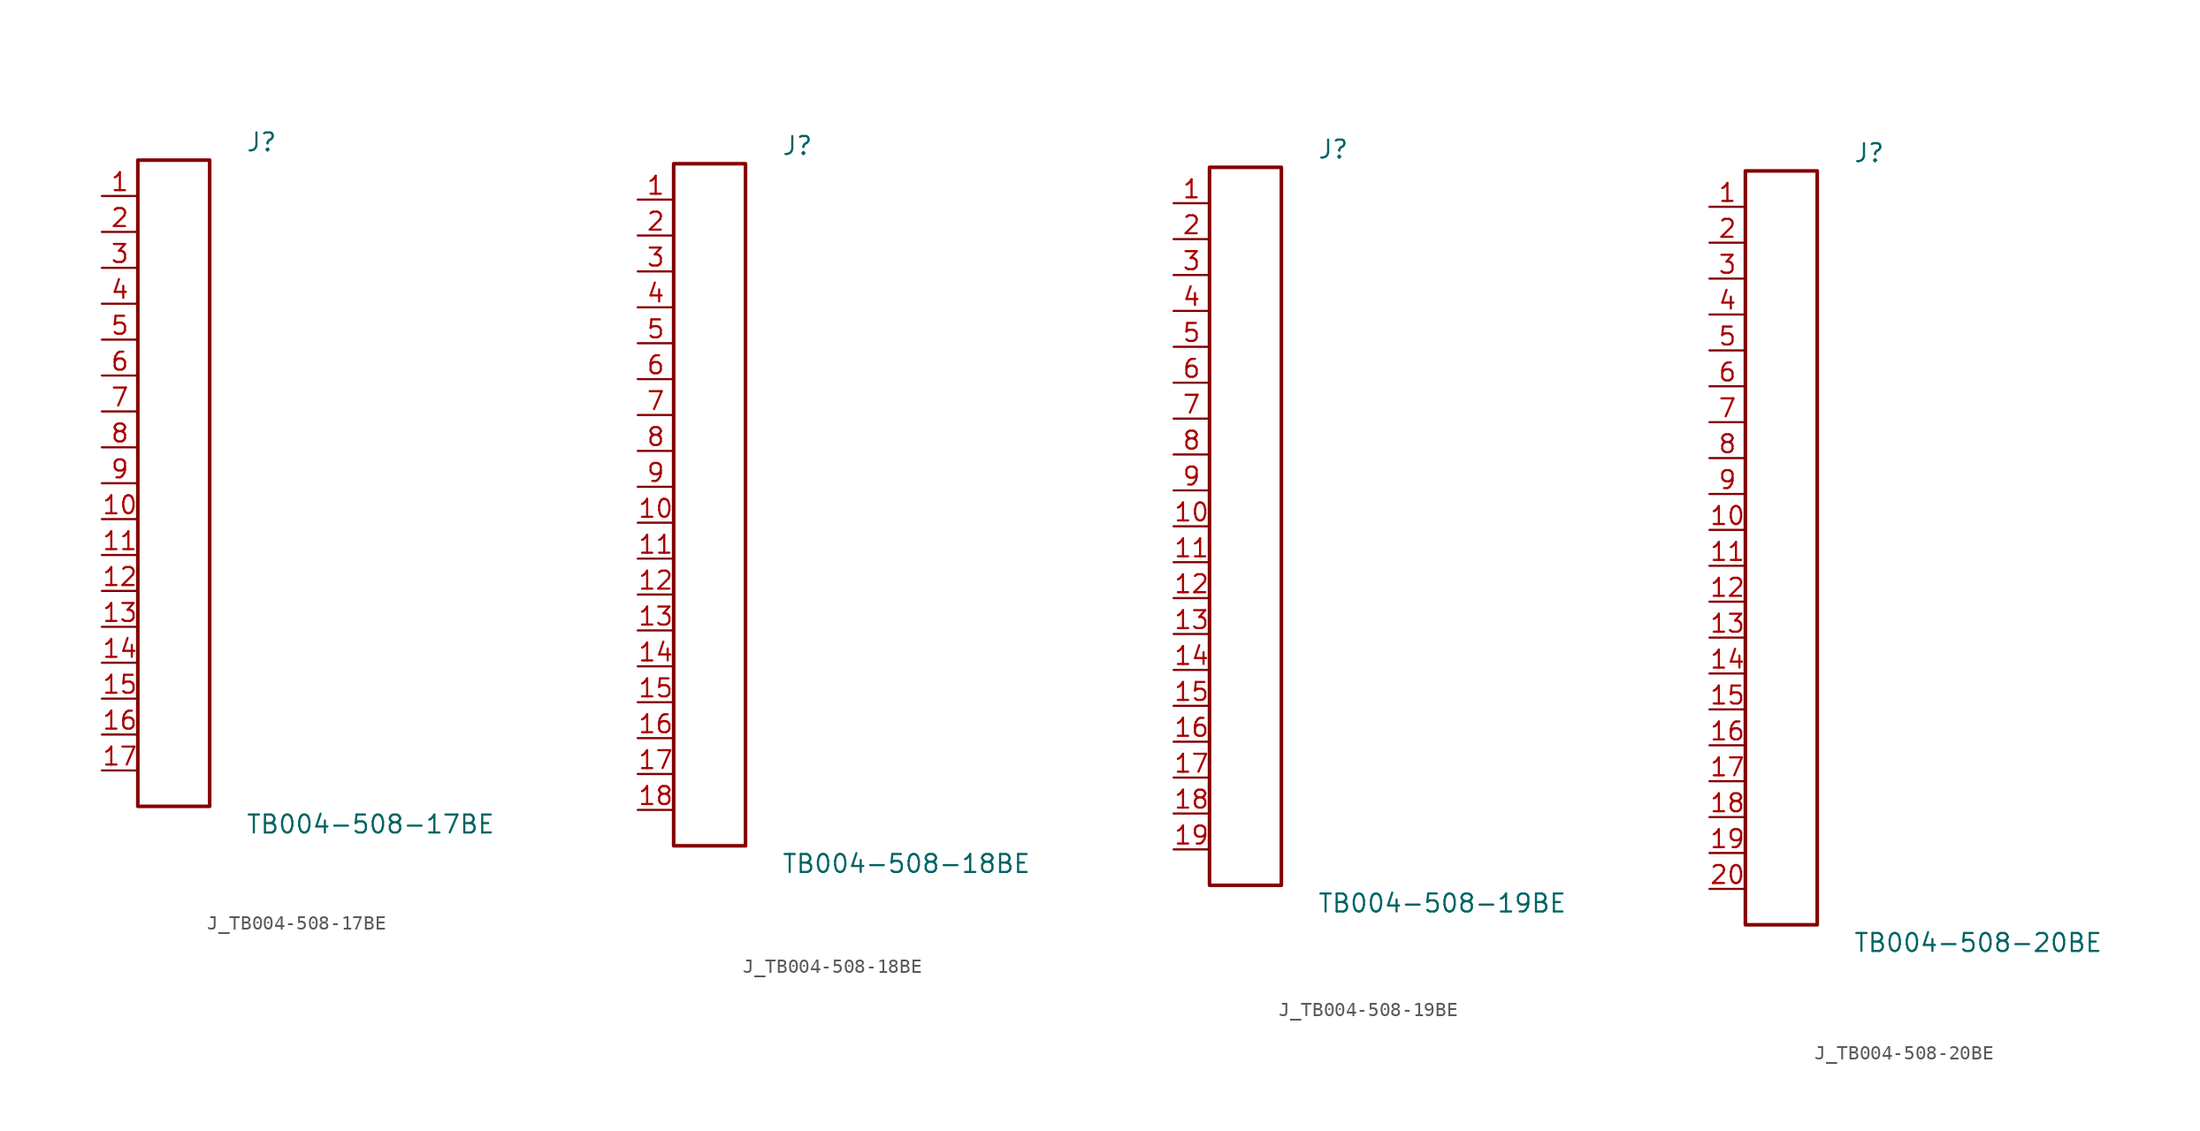
<source format=kicad_sym>
(kicad_symbol_lib
  (version 20231120)
  (generator kicad_symbol_editor)
  (generator_version 8.0)
  (symbol "J_TB004-508-17BE"
    (pin_names
      (offset 0.254))
    (property "Reference" "J"
      (at 5.08 24.13 0)
      (effects (font (size 1.27 1.27)) (justify left)))
    (property "Value" "TB004-508-17BE"
      (at 5.08 -24.13 0)
      (effects (font (size 1.27 1.27)) (justify left)))
    (symbol "J_TB004-508-17BE_0_0"
      (pin passive line (at -5.08 20.32 0) (length 2.54) (name "" (effects (font (size 1.27 1.27)))) (number "1" (effects (font (size 1.27 1.27)))))
      (pin passive line (at -5.08 17.78 0) (length 2.54) (name "" (effects (font (size 1.27 1.27)))) (number "2" (effects (font (size 1.27 1.27)))))
      (pin passive line (at -5.08 15.24 0) (length 2.54) (name "" (effects (font (size 1.27 1.27)))) (number "3" (effects (font (size 1.27 1.27)))))
      (pin passive line (at -5.08 12.7 0) (length 2.54) (name "" (effects (font (size 1.27 1.27)))) (number "4" (effects (font (size 1.27 1.27)))))
      (pin passive line (at -5.08 10.16 0) (length 2.54) (name "" (effects (font (size 1.27 1.27)))) (number "5" (effects (font (size 1.27 1.27)))))
      (pin passive line (at -5.08 7.62 0) (length 2.54) (name "" (effects (font (size 1.27 1.27)))) (number "6" (effects (font (size 1.27 1.27)))))
      (pin passive line (at -5.08 5.08 0) (length 2.54) (name "" (effects (font (size 1.27 1.27)))) (number "7" (effects (font (size 1.27 1.27)))))
      (pin passive line (at -5.08 2.54 0) (length 2.54) (name "" (effects (font (size 1.27 1.27)))) (number "8" (effects (font (size 1.27 1.27)))))
      (pin passive line (at -5.08 0.0 0) (length 2.54) (name "" (effects (font (size 1.27 1.27)))) (number "9" (effects (font (size 1.27 1.27)))))
      (pin passive line (at -5.08 -2.54 0) (length 2.54) (name "" (effects (font (size 1.27 1.27)))) (number "10" (effects (font (size 1.27 1.27)))))
      (pin passive line (at -5.08 -5.08 0) (length 2.54) (name "" (effects (font (size 1.27 1.27)))) (number "11" (effects (font (size 1.27 1.27)))))
      (pin passive line (at -5.08 -7.62 0) (length 2.54) (name "" (effects (font (size 1.27 1.27)))) (number "12" (effects (font (size 1.27 1.27)))))
      (pin passive line (at -5.08 -10.16 0) (length 2.54) (name "" (effects (font (size 1.27 1.27)))) (number "13" (effects (font (size 1.27 1.27)))))
      (pin passive line (at -5.08 -12.7 0) (length 2.54) (name "" (effects (font (size 1.27 1.27)))) (number "14" (effects (font (size 1.27 1.27)))))
      (pin passive line (at -5.08 -15.24 0) (length 2.54) (name "" (effects (font (size 1.27 1.27)))) (number "15" (effects (font (size 1.27 1.27)))))
      (pin passive line (at -5.08 -17.78 0) (length 2.54) (name "" (effects (font (size 1.27 1.27)))) (number "16" (effects (font (size 1.27 1.27)))))
      (pin passive line (at -5.08 -20.32 0) (length 2.54) (name "" (effects (font (size 1.27 1.27)))) (number "17" (effects (font (size 1.27 1.27))))))
    (symbol "J_TB004-508-17BE_1_0"
      (rectangle (start -2.54 22.86) (end 2.54 -22.86) (stroke (width 0.254) (type solid)) (fill (type none)))))
  (symbol "J_TB004-508-18BE"
    (pin_names
      (offset 0.254))
    (property "Reference" "J"
      (at 5.08 25.4 0)
      (effects (font (size 1.27 1.27)) (justify left)))
    (property "Value" "TB004-508-18BE"
      (at 5.08 -25.4 0)
      (effects (font (size 1.27 1.27)) (justify left)))
    (symbol "J_TB004-508-18BE_0_0"
      (pin passive line (at -5.08 21.59 0) (length 2.54) (name "" (effects (font (size 1.27 1.27)))) (number "1" (effects (font (size 1.27 1.27)))))
      (pin passive line (at -5.08 19.05 0) (length 2.54) (name "" (effects (font (size 1.27 1.27)))) (number "2" (effects (font (size 1.27 1.27)))))
      (pin passive line (at -5.08 16.51 0) (length 2.54) (name "" (effects (font (size 1.27 1.27)))) (number "3" (effects (font (size 1.27 1.27)))))
      (pin passive line (at -5.08 13.97 0) (length 2.54) (name "" (effects (font (size 1.27 1.27)))) (number "4" (effects (font (size 1.27 1.27)))))
      (pin passive line (at -5.08 11.43 0) (length 2.54) (name "" (effects (font (size 1.27 1.27)))) (number "5" (effects (font (size 1.27 1.27)))))
      (pin passive line (at -5.08 8.89 0) (length 2.54) (name "" (effects (font (size 1.27 1.27)))) (number "6" (effects (font (size 1.27 1.27)))))
      (pin passive line (at -5.08 6.35 0) (length 2.54) (name "" (effects (font (size 1.27 1.27)))) (number "7" (effects (font (size 1.27 1.27)))))
      (pin passive line (at -5.08 3.81 0) (length 2.54) (name "" (effects (font (size 1.27 1.27)))) (number "8" (effects (font (size 1.27 1.27)))))
      (pin passive line (at -5.08 1.27 0) (length 2.54) (name "" (effects (font (size 1.27 1.27)))) (number "9" (effects (font (size 1.27 1.27)))))
      (pin passive line (at -5.08 -1.27 0) (length 2.54) (name "" (effects (font (size 1.27 1.27)))) (number "10" (effects (font (size 1.27 1.27)))))
      (pin passive line (at -5.08 -3.81 0) (length 2.54) (name "" (effects (font (size 1.27 1.27)))) (number "11" (effects (font (size 1.27 1.27)))))
      (pin passive line (at -5.08 -6.35 0) (length 2.54) (name "" (effects (font (size 1.27 1.27)))) (number "12" (effects (font (size 1.27 1.27)))))
      (pin passive line (at -5.08 -8.89 0) (length 2.54) (name "" (effects (font (size 1.27 1.27)))) (number "13" (effects (font (size 1.27 1.27)))))
      (pin passive line (at -5.08 -11.43 0) (length 2.54) (name "" (effects (font (size 1.27 1.27)))) (number "14" (effects (font (size 1.27 1.27)))))
      (pin passive line (at -5.08 -13.97 0) (length 2.54) (name "" (effects (font (size 1.27 1.27)))) (number "15" (effects (font (size 1.27 1.27)))))
      (pin passive line (at -5.08 -16.51 0) (length 2.54) (name "" (effects (font (size 1.27 1.27)))) (number "16" (effects (font (size 1.27 1.27)))))
      (pin passive line (at -5.08 -19.05 0) (length 2.54) (name "" (effects (font (size 1.27 1.27)))) (number "17" (effects (font (size 1.27 1.27)))))
      (pin passive line (at -5.08 -21.59 0) (length 2.54) (name "" (effects (font (size 1.27 1.27)))) (number "18" (effects (font (size 1.27 1.27))))))
    (symbol "J_TB004-508-18BE_1_0"
      (rectangle (start -2.54 24.13) (end 2.54 -24.13) (stroke (width 0.254) (type solid)) (fill (type none)))))
  (symbol "J_TB004-508-19BE"
    (pin_names
      (offset 0.254))
    (property "Reference" "J"
      (at 5.08 26.67 0)
      (effects (font (size 1.27 1.27)) (justify left)))
    (property "Value" "TB004-508-19BE"
      (at 5.08 -26.67 0)
      (effects (font (size 1.27 1.27)) (justify left)))
    (symbol "J_TB004-508-19BE_0_0"
      (pin passive line (at -5.08 22.86 0) (length 2.54) (name "" (effects (font (size 1.27 1.27)))) (number "1" (effects (font (size 1.27 1.27)))))
      (pin passive line (at -5.08 20.32 0) (length 2.54) (name "" (effects (font (size 1.27 1.27)))) (number "2" (effects (font (size 1.27 1.27)))))
      (pin passive line (at -5.08 17.78 0) (length 2.54) (name "" (effects (font (size 1.27 1.27)))) (number "3" (effects (font (size 1.27 1.27)))))
      (pin passive line (at -5.08 15.24 0) (length 2.54) (name "" (effects (font (size 1.27 1.27)))) (number "4" (effects (font (size 1.27 1.27)))))
      (pin passive line (at -5.08 12.7 0) (length 2.54) (name "" (effects (font (size 1.27 1.27)))) (number "5" (effects (font (size 1.27 1.27)))))
      (pin passive line (at -5.08 10.16 0) (length 2.54) (name "" (effects (font (size 1.27 1.27)))) (number "6" (effects (font (size 1.27 1.27)))))
      (pin passive line (at -5.08 7.62 0) (length 2.54) (name "" (effects (font (size 1.27 1.27)))) (number "7" (effects (font (size 1.27 1.27)))))
      (pin passive line (at -5.08 5.08 0) (length 2.54) (name "" (effects (font (size 1.27 1.27)))) (number "8" (effects (font (size 1.27 1.27)))))
      (pin passive line (at -5.08 2.54 0) (length 2.54) (name "" (effects (font (size 1.27 1.27)))) (number "9" (effects (font (size 1.27 1.27)))))
      (pin passive line (at -5.08 0.0 0) (length 2.54) (name "" (effects (font (size 1.27 1.27)))) (number "10" (effects (font (size 1.27 1.27)))))
      (pin passive line (at -5.08 -2.54 0) (length 2.54) (name "" (effects (font (size 1.27 1.27)))) (number "11" (effects (font (size 1.27 1.27)))))
      (pin passive line (at -5.08 -5.08 0) (length 2.54) (name "" (effects (font (size 1.27 1.27)))) (number "12" (effects (font (size 1.27 1.27)))))
      (pin passive line (at -5.08 -7.62 0) (length 2.54) (name "" (effects (font (size 1.27 1.27)))) (number "13" (effects (font (size 1.27 1.27)))))
      (pin passive line (at -5.08 -10.16 0) (length 2.54) (name "" (effects (font (size 1.27 1.27)))) (number "14" (effects (font (size 1.27 1.27)))))
      (pin passive line (at -5.08 -12.7 0) (length 2.54) (name "" (effects (font (size 1.27 1.27)))) (number "15" (effects (font (size 1.27 1.27)))))
      (pin passive line (at -5.08 -15.24 0) (length 2.54) (name "" (effects (font (size 1.27 1.27)))) (number "16" (effects (font (size 1.27 1.27)))))
      (pin passive line (at -5.08 -17.78 0) (length 2.54) (name "" (effects (font (size 1.27 1.27)))) (number "17" (effects (font (size 1.27 1.27)))))
      (pin passive line (at -5.08 -20.32 0) (length 2.54) (name "" (effects (font (size 1.27 1.27)))) (number "18" (effects (font (size 1.27 1.27)))))
      (pin passive line (at -5.08 -22.86 0) (length 2.54) (name "" (effects (font (size 1.27 1.27)))) (number "19" (effects (font (size 1.27 1.27))))))
    (symbol "J_TB004-508-19BE_1_0"
      (rectangle (start -2.54 25.4) (end 2.54 -25.4) (stroke (width 0.254) (type solid)) (fill (type none)))))
  (symbol "J_TB004-508-20BE"
    (pin_names
      (offset 0.254))
    (property "Reference" "J"
      (at 5.08 27.94 0)
      (effects (font (size 1.27 1.27)) (justify left)))
    (property "Value" "TB004-508-20BE"
      (at 5.08 -27.94 0)
      (effects (font (size 1.27 1.27)) (justify left)))
    (symbol "J_TB004-508-20BE_0_0"
      (pin passive line (at -5.08 24.13 0) (length 2.54) (name "" (effects (font (size 1.27 1.27)))) (number "1" (effects (font (size 1.27 1.27)))))
      (pin passive line (at -5.08 21.59 0) (length 2.54) (name "" (effects (font (size 1.27 1.27)))) (number "2" (effects (font (size 1.27 1.27)))))
      (pin passive line (at -5.08 19.05 0) (length 2.54) (name "" (effects (font (size 1.27 1.27)))) (number "3" (effects (font (size 1.27 1.27)))))
      (pin passive line (at -5.08 16.51 0) (length 2.54) (name "" (effects (font (size 1.27 1.27)))) (number "4" (effects (font (size 1.27 1.27)))))
      (pin passive line (at -5.08 13.97 0) (length 2.54) (name "" (effects (font (size 1.27 1.27)))) (number "5" (effects (font (size 1.27 1.27)))))
      (pin passive line (at -5.08 11.43 0) (length 2.54) (name "" (effects (font (size 1.27 1.27)))) (number "6" (effects (font (size 1.27 1.27)))))
      (pin passive line (at -5.08 8.89 0) (length 2.54) (name "" (effects (font (size 1.27 1.27)))) (number "7" (effects (font (size 1.27 1.27)))))
      (pin passive line (at -5.08 6.35 0) (length 2.54) (name "" (effects (font (size 1.27 1.27)))) (number "8" (effects (font (size 1.27 1.27)))))
      (pin passive line (at -5.08 3.81 0) (length 2.54) (name "" (effects (font (size 1.27 1.27)))) (number "9" (effects (font (size 1.27 1.27)))))
      (pin passive line (at -5.08 1.27 0) (length 2.54) (name "" (effects (font (size 1.27 1.27)))) (number "10" (effects (font (size 1.27 1.27)))))
      (pin passive line (at -5.08 -1.27 0) (length 2.54) (name "" (effects (font (size 1.27 1.27)))) (number "11" (effects (font (size 1.27 1.27)))))
      (pin passive line (at -5.08 -3.81 0) (length 2.54) (name "" (effects (font (size 1.27 1.27)))) (number "12" (effects (font (size 1.27 1.27)))))
      (pin passive line (at -5.08 -6.35 0) (length 2.54) (name "" (effects (font (size 1.27 1.27)))) (number "13" (effects (font (size 1.27 1.27)))))
      (pin passive line (at -5.08 -8.89 0) (length 2.54) (name "" (effects (font (size 1.27 1.27)))) (number "14" (effects (font (size 1.27 1.27)))))
      (pin passive line (at -5.08 -11.43 0) (length 2.54) (name "" (effects (font (size 1.27 1.27)))) (number "15" (effects (font (size 1.27 1.27)))))
      (pin passive line (at -5.08 -13.97 0) (length 2.54) (name "" (effects (font (size 1.27 1.27)))) (number "16" (effects (font (size 1.27 1.27)))))
      (pin passive line (at -5.08 -16.51 0) (length 2.54) (name "" (effects (font (size 1.27 1.27)))) (number "17" (effects (font (size 1.27 1.27)))))
      (pin passive line (at -5.08 -19.05 0) (length 2.54) (name "" (effects (font (size 1.27 1.27)))) (number "18" (effects (font (size 1.27 1.27)))))
      (pin passive line (at -5.08 -21.59 0) (length 2.54) (name "" (effects (font (size 1.27 1.27)))) (number "19" (effects (font (size 1.27 1.27)))))
      (pin passive line (at -5.08 -24.13 0) (length 2.54) (name "" (effects (font (size 1.27 1.27)))) (number "20" (effects (font (size 1.27 1.27))))))
    (symbol "J_TB004-508-20BE_1_0"
      (rectangle (start -2.54 26.67) (end 2.54 -26.67) (stroke (width 0.254) (type solid)) (fill (type none))))))
</source>
